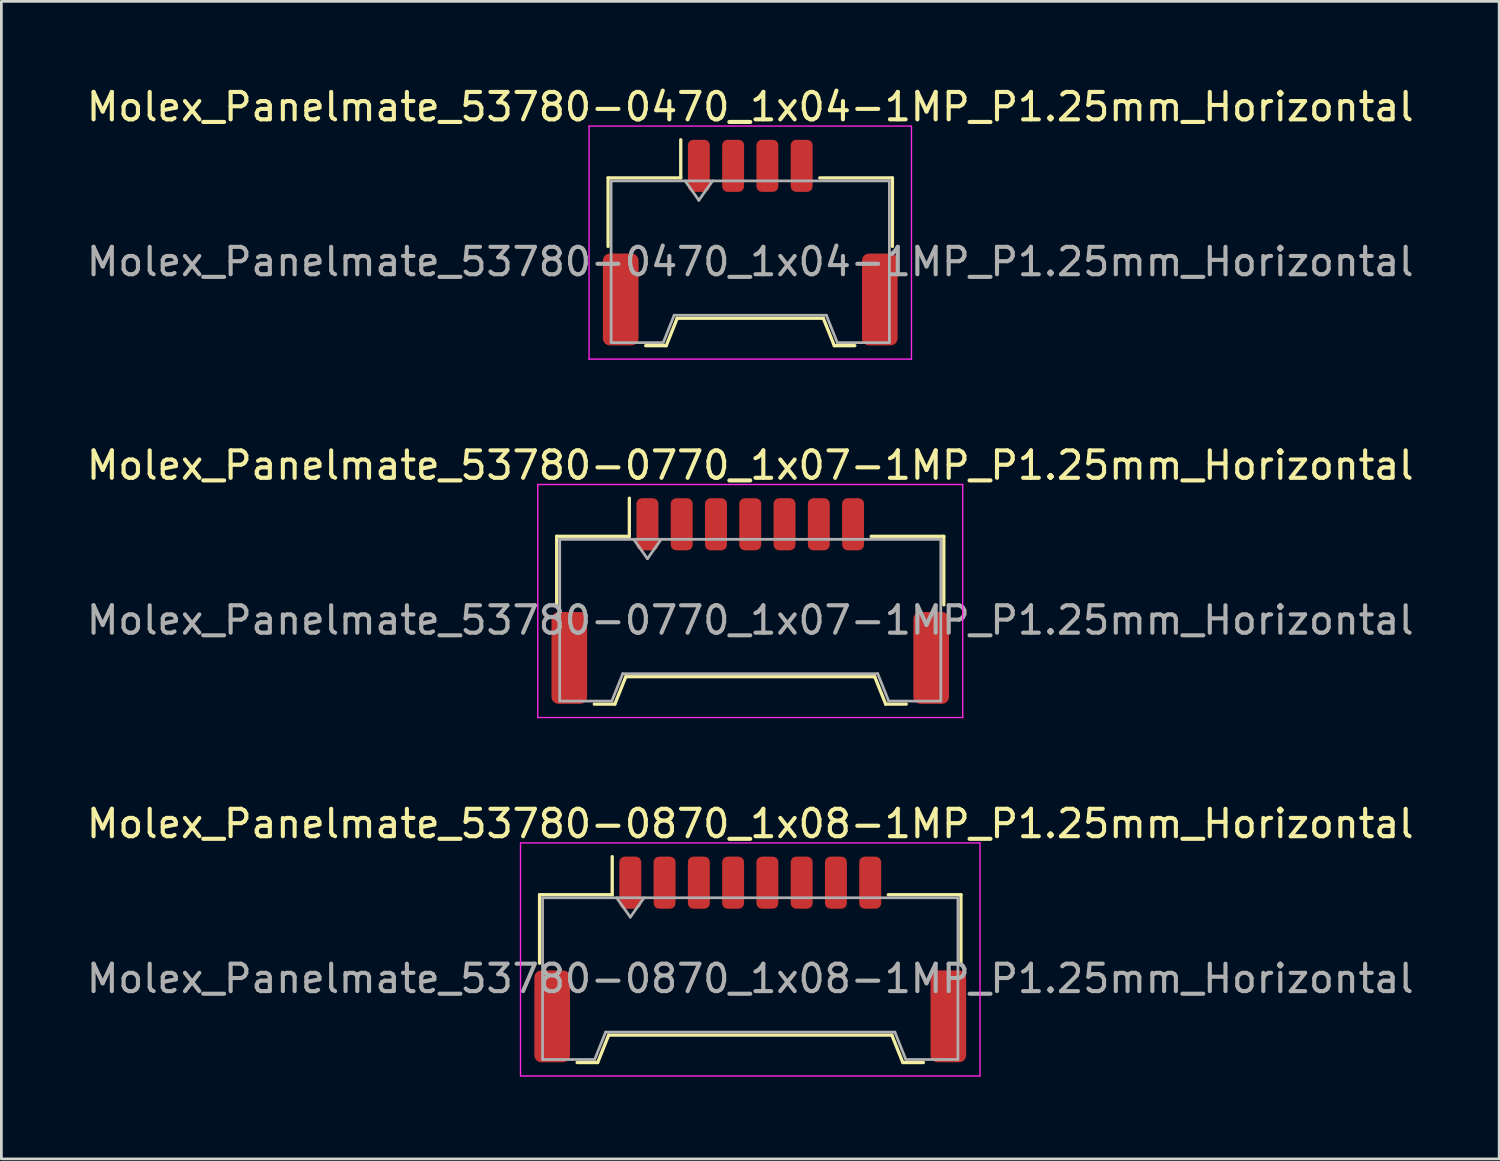
<source format=kicad_pcb>
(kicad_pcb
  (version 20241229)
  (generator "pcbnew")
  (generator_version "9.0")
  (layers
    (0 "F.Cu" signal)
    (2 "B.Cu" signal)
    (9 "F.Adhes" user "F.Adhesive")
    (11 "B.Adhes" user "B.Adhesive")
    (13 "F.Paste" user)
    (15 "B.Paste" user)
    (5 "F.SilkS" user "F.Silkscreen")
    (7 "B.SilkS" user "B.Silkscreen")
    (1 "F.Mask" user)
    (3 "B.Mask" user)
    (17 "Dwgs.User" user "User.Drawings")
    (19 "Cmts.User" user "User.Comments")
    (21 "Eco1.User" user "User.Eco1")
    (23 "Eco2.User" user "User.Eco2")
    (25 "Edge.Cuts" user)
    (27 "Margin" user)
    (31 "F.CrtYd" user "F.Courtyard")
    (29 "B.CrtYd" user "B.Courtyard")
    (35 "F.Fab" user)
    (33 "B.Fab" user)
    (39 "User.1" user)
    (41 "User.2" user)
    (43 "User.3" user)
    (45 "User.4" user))
  (footprint "Molex_Panelmate_53780-0870_1x08-1MP_P1.25mm_Horizontal"
    (layer "F.Cu")
    (at 24.315 31.945)
    (property "Reference" "Molex_Panelmate_53780-0870_1x08-1MP_P1.25mm_Horizontal" (at 0 -4.95 0) (layer "F.SilkS") (effects (font (size 1 1) (thickness 0.15))))
    (attr smd)
    (fp_line (start -7.685 -2.36) (end -5.035 -2.36) (stroke (width 0.12) (type solid)) (layer "F.SilkS"))
    (fp_line (start -7.685 0.14) (end -7.685 -2.36) (stroke (width 0.12) (type solid)) (layer "F.SilkS"))
    (fp_line (start -6.315 3.76) (end -5.565 3.76) (stroke (width 0.12) (type solid)) (layer "F.SilkS"))
    (fp_line (start -5.565 3.76) (end -5.165 2.76) (stroke (width 0.12) (type solid)) (layer "F.SilkS"))
    (fp_line (start -5.165 2.76) (end 5.165 2.76) (stroke (width 0.12) (type solid)) (layer "F.SilkS"))
    (fp_line (start -5.035 -2.36) (end -5.035 -3.75) (stroke (width 0.12) (type solid)) (layer "F.SilkS"))
    (fp_line (start 5.165 2.76) (end 5.565 3.76) (stroke (width 0.12) (type solid)) (layer "F.SilkS"))
    (fp_line (start 5.565 3.76) (end 6.315 3.76) (stroke (width 0.12) (type solid)) (layer "F.SilkS"))
    (fp_line (start 7.685 -2.36) (end 5.035 -2.36) (stroke (width 0.12) (type solid)) (layer "F.SilkS"))
    (fp_line (start 7.685 0.14) (end 7.685 -2.36) (stroke (width 0.12) (type solid)) (layer "F.SilkS"))
    (fp_line (start -8.38 -4.25) (end -8.38 4.25) (stroke (width 0.05) (type solid)) (layer "F.CrtYd"))
    (fp_line (start -8.38 4.25) (end 8.38 4.25) (stroke (width 0.05) (type solid)) (layer "F.CrtYd"))
    (fp_line (start 8.38 -4.25) (end -8.38 -4.25) (stroke (width 0.05) (type solid)) (layer "F.CrtYd"))
    (fp_line (start 8.38 4.25) (end 8.38 -4.25) (stroke (width 0.05) (type solid)) (layer "F.CrtYd"))
    (fp_line (start -7.575 -2.25) (end -7.575 3.65) (stroke (width 0.1) (type solid)) (layer "F.Fab"))
    (fp_line (start -7.575 -2.25) (end 7.575 -2.25) (stroke (width 0.1) (type solid)) (layer "F.Fab"))
    (fp_line (start -7.575 3.65) (end -5.675 3.65) (stroke (width 0.1) (type solid)) (layer "F.Fab"))
    (fp_line (start -5.675 3.65) (end -5.275 2.65) (stroke (width 0.1) (type solid)) (layer "F.Fab"))
    (fp_line (start -5.275 2.65) (end 5.275 2.65) (stroke (width 0.1) (type solid)) (layer "F.Fab"))
    (fp_line (start -4.875 -2.25) (end -4.375 -1.543) (stroke (width 0.1) (type solid)) (layer "F.Fab"))
    (fp_line (start -4.375 -1.543) (end -3.875 -2.25) (stroke (width 0.1) (type solid)) (layer "F.Fab"))
    (fp_line (start 5.275 2.65) (end 5.675 3.65) (stroke (width 0.1) (type solid)) (layer "F.Fab"))
    (fp_line (start 5.675 3.65) (end 7.575 3.65) (stroke (width 0.1) (type solid)) (layer "F.Fab"))
    (fp_line (start 7.575 -2.25) (end 7.575 3.65) (stroke (width 0.1) (type solid)) (layer "F.Fab"))
    (fp_text user "${REFERENCE}" (at 0 0.7 0) (layer "F.Fab") (effects (font (size 1 1) (thickness 0.15))))
    (pad "1" smd roundrect (at -4.375 -2.8) (size 0.8 1.9) (layers "F.Cu" "F.Mask" "F.Paste") (roundrect_rratio 0.25))
    (pad "2" smd roundrect (at -3.125 -2.8) (size 0.8 1.9) (layers "F.Cu" "F.Mask" "F.Paste") (roundrect_rratio 0.25))
    (pad "3" smd roundrect (at -1.875 -2.8) (size 0.8 1.9) (layers "F.Cu" "F.Mask" "F.Paste") (roundrect_rratio 0.25))
    (pad "4" smd roundrect (at -0.625 -2.8) (size 0.8 1.9) (layers "F.Cu" "F.Mask" "F.Paste") (roundrect_rratio 0.25))
    (pad "5" smd roundrect (at 0.625 -2.8) (size 0.8 1.9) (layers "F.Cu" "F.Mask" "F.Paste") (roundrect_rratio 0.25))
    (pad "6" smd roundrect (at 1.875 -2.8) (size 0.8 1.9) (layers "F.Cu" "F.Mask" "F.Paste") (roundrect_rratio 0.25))
    (pad "7" smd roundrect (at 3.125 -2.8) (size 0.8 1.9) (layers "F.Cu" "F.Mask" "F.Paste") (roundrect_rratio 0.25))
    (pad "8" smd roundrect (at 4.375 -2.8) (size 0.8 1.9) (layers "F.Cu" "F.Mask" "F.Paste") (roundrect_rratio 0.25))
    (pad "MP" smd roundrect (at -7.225 2.075) (size 1.3 3.35) (layers "F.Cu" "F.Mask" "F.Paste") (roundrect_rratio 0.192))
    (pad "MP" smd roundrect (at 7.225 2.075) (size 1.3 3.35) (layers "F.Cu" "F.Mask" "F.Paste") (roundrect_rratio 0.192)))
  (footprint "Molex_Panelmate_53780-0770_1x07-1MP_P1.25mm_Horizontal"
    (layer "F.Cu")
    (at 24.315 18.872)
    (property "Reference" "Molex_Panelmate_53780-0770_1x07-1MP_P1.25mm_Horizontal" (at 0 -4.95 0) (layer "F.SilkS") (effects (font (size 1 1) (thickness 0.15))))
    (attr smd)
    (fp_line (start -7.06 -2.36) (end -4.41 -2.36) (stroke (width 0.12) (type solid)) (layer "F.SilkS"))
    (fp_line (start -7.06 0.14) (end -7.06 -2.36) (stroke (width 0.12) (type solid)) (layer "F.SilkS"))
    (fp_line (start -5.69 3.76) (end -4.94 3.76) (stroke (width 0.12) (type solid)) (layer "F.SilkS"))
    (fp_line (start -4.94 3.76) (end -4.54 2.76) (stroke (width 0.12) (type solid)) (layer "F.SilkS"))
    (fp_line (start -4.54 2.76) (end 4.54 2.76) (stroke (width 0.12) (type solid)) (layer "F.SilkS"))
    (fp_line (start -4.41 -2.36) (end -4.41 -3.75) (stroke (width 0.12) (type solid)) (layer "F.SilkS"))
    (fp_line (start 4.54 2.76) (end 4.94 3.76) (stroke (width 0.12) (type solid)) (layer "F.SilkS"))
    (fp_line (start 4.94 3.76) (end 5.69 3.76) (stroke (width 0.12) (type solid)) (layer "F.SilkS"))
    (fp_line (start 7.06 -2.36) (end 4.41 -2.36) (stroke (width 0.12) (type solid)) (layer "F.SilkS"))
    (fp_line (start 7.06 0.14) (end 7.06 -2.36) (stroke (width 0.12) (type solid)) (layer "F.SilkS"))
    (fp_line (start -7.75 -4.25) (end -7.75 4.25) (stroke (width 0.05) (type solid)) (layer "F.CrtYd"))
    (fp_line (start -7.75 4.25) (end 7.75 4.25) (stroke (width 0.05) (type solid)) (layer "F.CrtYd"))
    (fp_line (start 7.75 -4.25) (end -7.75 -4.25) (stroke (width 0.05) (type solid)) (layer "F.CrtYd"))
    (fp_line (start 7.75 4.25) (end 7.75 -4.25) (stroke (width 0.05) (type solid)) (layer "F.CrtYd"))
    (fp_line (start -6.95 -2.25) (end -6.95 3.65) (stroke (width 0.1) (type solid)) (layer "F.Fab"))
    (fp_line (start -6.95 -2.25) (end 6.95 -2.25) (stroke (width 0.1) (type solid)) (layer "F.Fab"))
    (fp_line (start -6.95 3.65) (end -5.05 3.65) (stroke (width 0.1) (type solid)) (layer "F.Fab"))
    (fp_line (start -5.05 3.65) (end -4.65 2.65) (stroke (width 0.1) (type solid)) (layer "F.Fab"))
    (fp_line (start -4.65 2.65) (end 4.65 2.65) (stroke (width 0.1) (type solid)) (layer "F.Fab"))
    (fp_line (start -4.25 -2.25) (end -3.75 -1.543) (stroke (width 0.1) (type solid)) (layer "F.Fab"))
    (fp_line (start -3.75 -1.543) (end -3.25 -2.25) (stroke (width 0.1) (type solid)) (layer "F.Fab"))
    (fp_line (start 4.65 2.65) (end 5.05 3.65) (stroke (width 0.1) (type solid)) (layer "F.Fab"))
    (fp_line (start 5.05 3.65) (end 6.95 3.65) (stroke (width 0.1) (type solid)) (layer "F.Fab"))
    (fp_line (start 6.95 -2.25) (end 6.95 3.65) (stroke (width 0.1) (type solid)) (layer "F.Fab"))
    (fp_text user "${REFERENCE}" (at 0 0.7 0) (layer "F.Fab") (effects (font (size 1 1) (thickness 0.15))))
    (pad "1" smd roundrect (at -3.75 -2.8) (size 0.8 1.9) (layers "F.Cu" "F.Mask" "F.Paste") (roundrect_rratio 0.25))
    (pad "2" smd roundrect (at -2.5 -2.8) (size 0.8 1.9) (layers "F.Cu" "F.Mask" "F.Paste") (roundrect_rratio 0.25))
    (pad "3" smd roundrect (at -1.25 -2.8) (size 0.8 1.9) (layers "F.Cu" "F.Mask" "F.Paste") (roundrect_rratio 0.25))
    (pad "4" smd roundrect (at 0 -2.8) (size 0.8 1.9) (layers "F.Cu" "F.Mask" "F.Paste") (roundrect_rratio 0.25))
    (pad "5" smd roundrect (at 1.25 -2.8) (size 0.8 1.9) (layers "F.Cu" "F.Mask" "F.Paste") (roundrect_rratio 0.25))
    (pad "6" smd roundrect (at 2.5 -2.8) (size 0.8 1.9) (layers "F.Cu" "F.Mask" "F.Paste") (roundrect_rratio 0.25))
    (pad "7" smd roundrect (at 3.75 -2.8) (size 0.8 1.9) (layers "F.Cu" "F.Mask" "F.Paste") (roundrect_rratio 0.25))
    (pad "MP" smd roundrect (at -6.6 2.075) (size 1.3 3.35) (layers "F.Cu" "F.Mask" "F.Paste") (roundrect_rratio 0.192))
    (pad "MP" smd roundrect (at 6.6 2.075) (size 1.3 3.35) (layers "F.Cu" "F.Mask" "F.Paste") (roundrect_rratio 0.192)))
  (footprint "Molex_Panelmate_53780-0470_1x04-1MP_P1.25mm_Horizontal"
    (layer "F.Cu")
    (at 24.315 5.798)
    (property "Reference" "Molex_Panelmate_53780-0470_1x04-1MP_P1.25mm_Horizontal" (at 0 -4.95 0) (layer "F.SilkS") (effects (font (size 1 1) (thickness 0.15))))
    (attr smd)
    (fp_line (start -5.185 -2.36) (end -2.535 -2.36) (stroke (width 0.12) (type solid)) (layer "F.SilkS"))
    (fp_line (start -5.185 0.14) (end -5.185 -2.36) (stroke (width 0.12) (type solid)) (layer "F.SilkS"))
    (fp_line (start -3.815 3.76) (end -3.065 3.76) (stroke (width 0.12) (type solid)) (layer "F.SilkS"))
    (fp_line (start -3.065 3.76) (end -2.665 2.76) (stroke (width 0.12) (type solid)) (layer "F.SilkS"))
    (fp_line (start -2.665 2.76) (end 2.665 2.76) (stroke (width 0.12) (type solid)) (layer "F.SilkS"))
    (fp_line (start -2.535 -2.36) (end -2.535 -3.75) (stroke (width 0.12) (type solid)) (layer "F.SilkS"))
    (fp_line (start 2.665 2.76) (end 3.065 3.76) (stroke (width 0.12) (type solid)) (layer "F.SilkS"))
    (fp_line (start 3.065 3.76) (end 3.815 3.76) (stroke (width 0.12) (type solid)) (layer "F.SilkS"))
    (fp_line (start 5.185 -2.36) (end 2.535 -2.36) (stroke (width 0.12) (type solid)) (layer "F.SilkS"))
    (fp_line (start 5.185 0.14) (end 5.185 -2.36) (stroke (width 0.12) (type solid)) (layer "F.SilkS"))
    (fp_line (start -5.88 -4.25) (end -5.88 4.25) (stroke (width 0.05) (type solid)) (layer "F.CrtYd"))
    (fp_line (start -5.88 4.25) (end 5.88 4.25) (stroke (width 0.05) (type solid)) (layer "F.CrtYd"))
    (fp_line (start 5.88 -4.25) (end -5.88 -4.25) (stroke (width 0.05) (type solid)) (layer "F.CrtYd"))
    (fp_line (start 5.88 4.25) (end 5.88 -4.25) (stroke (width 0.05) (type solid)) (layer "F.CrtYd"))
    (fp_line (start -5.075 -2.25) (end -5.075 3.65) (stroke (width 0.1) (type solid)) (layer "F.Fab"))
    (fp_line (start -5.075 -2.25) (end 5.075 -2.25) (stroke (width 0.1) (type solid)) (layer "F.Fab"))
    (fp_line (start -5.075 3.65) (end -3.175 3.65) (stroke (width 0.1) (type solid)) (layer "F.Fab"))
    (fp_line (start -3.175 3.65) (end -2.775 2.65) (stroke (width 0.1) (type solid)) (layer "F.Fab"))
    (fp_line (start -2.775 2.65) (end 2.775 2.65) (stroke (width 0.1) (type solid)) (layer "F.Fab"))
    (fp_line (start -2.375 -2.25) (end -1.875 -1.543) (stroke (width 0.1) (type solid)) (layer "F.Fab"))
    (fp_line (start -1.875 -1.543) (end -1.375 -2.25) (stroke (width 0.1) (type solid)) (layer "F.Fab"))
    (fp_line (start 2.775 2.65) (end 3.175 3.65) (stroke (width 0.1) (type solid)) (layer "F.Fab"))
    (fp_line (start 3.175 3.65) (end 5.075 3.65) (stroke (width 0.1) (type solid)) (layer "F.Fab"))
    (fp_line (start 5.075 -2.25) (end 5.075 3.65) (stroke (width 0.1) (type solid)) (layer "F.Fab"))
    (fp_text user "${REFERENCE}" (at 0 0.7 0) (layer "F.Fab") (effects (font (size 1 1) (thickness 0.15))))
    (pad "1" smd roundrect (at -1.875 -2.8) (size 0.8 1.9) (layers "F.Cu" "F.Mask" "F.Paste") (roundrect_rratio 0.25))
    (pad "2" smd roundrect (at -0.625 -2.8) (size 0.8 1.9) (layers "F.Cu" "F.Mask" "F.Paste") (roundrect_rratio 0.25))
    (pad "3" smd roundrect (at 0.625 -2.8) (size 0.8 1.9) (layers "F.Cu" "F.Mask" "F.Paste") (roundrect_rratio 0.25))
    (pad "4" smd roundrect (at 1.875 -2.8) (size 0.8 1.9) (layers "F.Cu" "F.Mask" "F.Paste") (roundrect_rratio 0.25))
    (pad "MP" smd roundrect (at -4.725 2.075) (size 1.3 3.35) (layers "F.Cu" "F.Mask" "F.Paste") (roundrect_rratio 0.192))
    (pad "MP" smd roundrect (at 4.725 2.075) (size 1.3 3.35) (layers "F.Cu" "F.Mask" "F.Paste") (roundrect_rratio 0.192)))
  (gr_rect
    (start -3 -3)
    (end 51.631 39.22)
    (stroke (width 0.1) (type default))
    (fill no)
    (layer "Edge.Cuts")))
</source>
